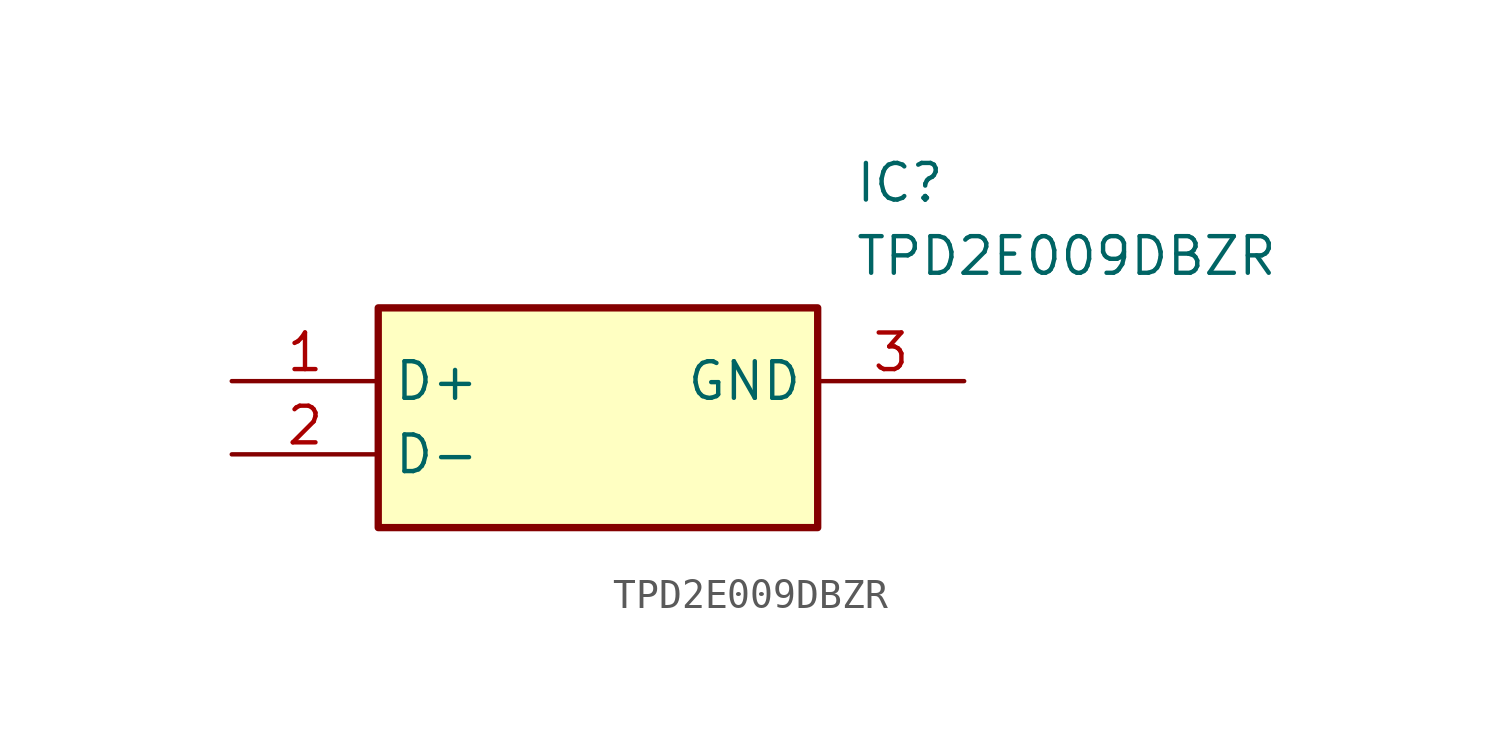
<source format=kicad_sym>
(kicad_symbol_lib
  (version 20211014)
  (generator SamacSys_ECAD_Model)
  (symbol "TPD2E009DBZR"
    (property "Reference" "IC"
      (at 21.59 7.62 0)
      (effects (font (size 1.27 1.27)) (justify left top)))
    (property "Value" "TPD2E009DBZR"
      (at 21.59 5.08 0)
      (effects (font (size 1.27 1.27)) (justify left top)))
    (rectangle
      (start 5.08 2.54)
      (end 20.32 -5.08)
      (stroke (width 0.254) (type default))
      (fill (type background)))
    (pin passive line
      (at 0 0 0)
      (length 5.08)
      (name "D+" (effects (font (size 1.27 1.27))))
      (number "1" (effects (font (size 1.27 1.27)))))
    (pin passive line
      (at 0 -2.54 0)
      (length 5.08)
      (name "D-" (effects (font (size 1.27 1.27))))
      (number "2" (effects (font (size 1.27 1.27)))))
    (pin power_in line
      (at 25.4 0 180)
      (length 5.08)
      (name "GND" (effects (font (size 1.27 1.27))))
      (number "3" (effects (font (size 1.27 1.27)))))))
</source>
